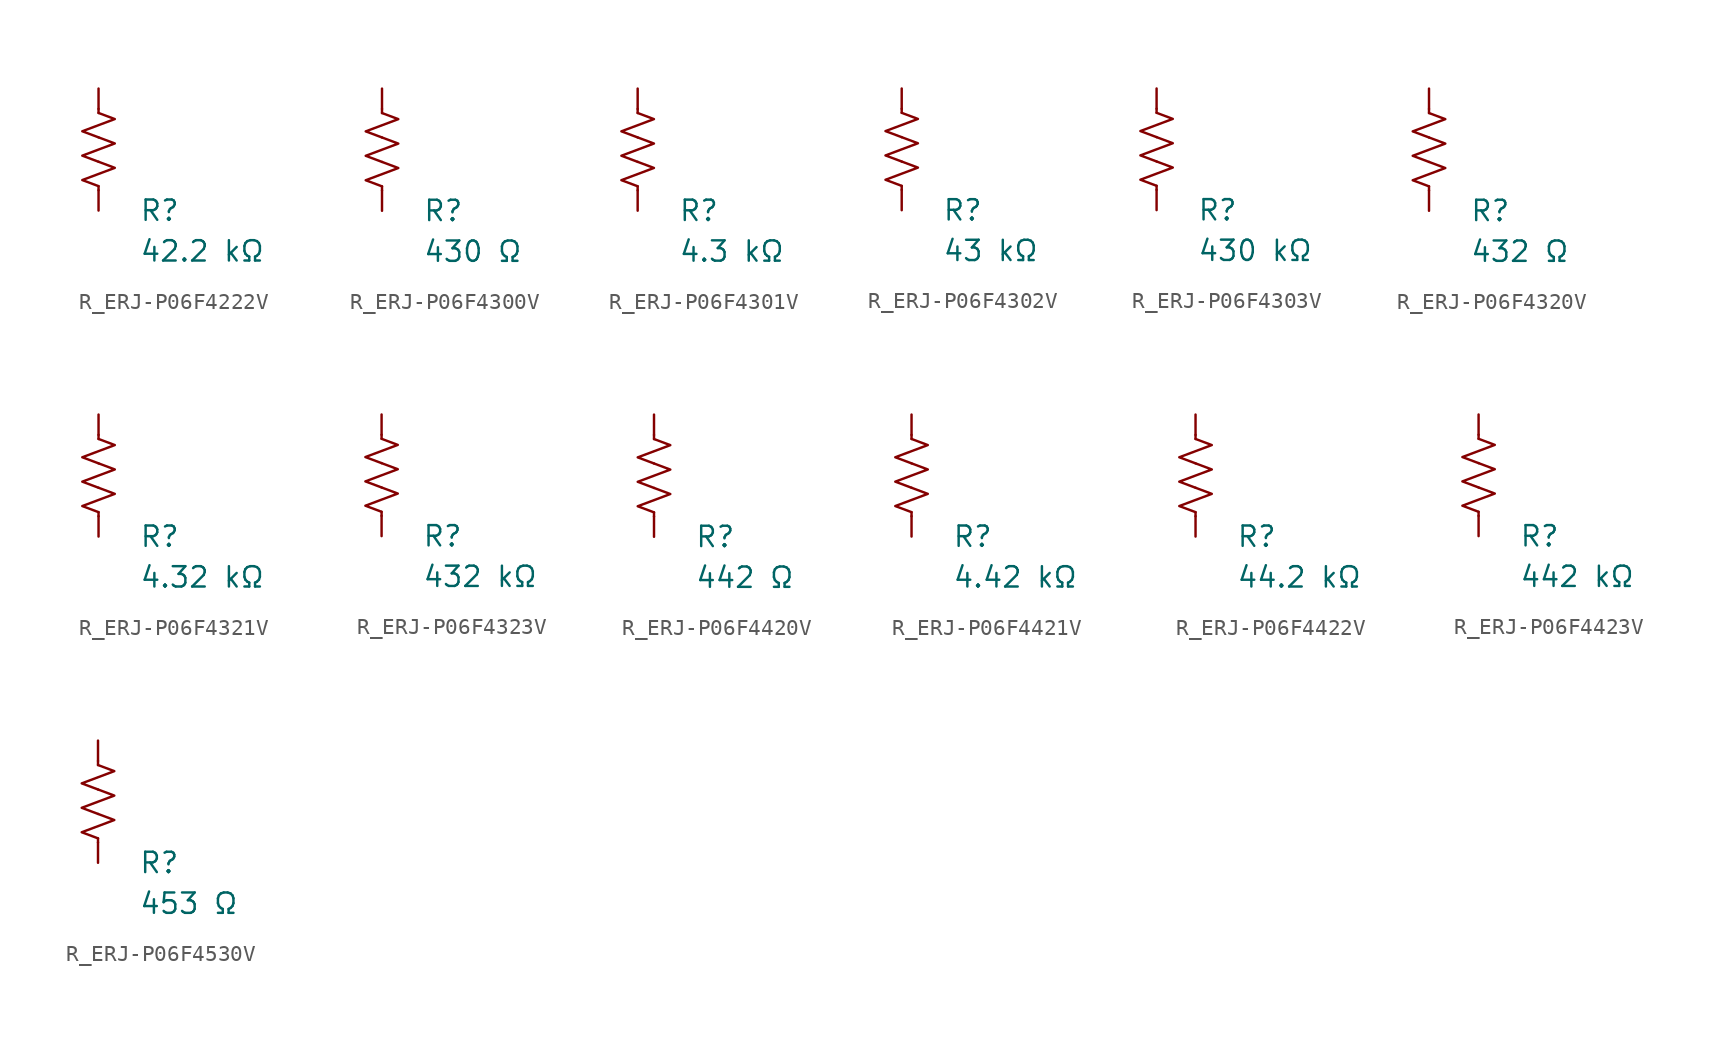
<source format=kicad_sym>
(kicad_symbol_lib
  (version 20231120)
  (generator "kicad_symbol_editor")
  (generator_version "8.0")
  (symbol "R_ERJ-P06F4222V"
    (pin_numbers hide)
    (pin_names
      (offset 0))
    (property "Reference" "R"
      (at 2.54 -3.81 0)
      (effects (font (size 1.27 1.27)) (justify left))
      (show_name no))
    (property "Value" "42.2 kΩ"
      (at 2.54 -6.35 0)
      (effects (font (size 1.27 1.27)) (justify left))
      (show_name no))
    (symbol "R_ERJ-P06F4222V_0_1"
      (polyline (pts (xy 0 -2.286) (xy 0 -2.54)) (stroke (width 0) (type default)) (fill (type none)))
      (polyline (pts (xy 0 2.286) (xy 0 2.54)) (stroke (width 0) (type default)) (fill (type none)))
      (polyline (pts (xy 0 -0.762) (xy 1.016 -1.143) (xy 0 -1.524) (xy -1.016 -1.905) (xy 0 -2.286)) (stroke (width 0) (type default)) (fill (type none)))
      (polyline (pts (xy 0 0.762) (xy 1.016 0.381) (xy 0 0) (xy -1.016 -0.381) (xy 0 -0.762)) (stroke (width 0) (type default)) (fill (type none)))
      (polyline (pts (xy 0 2.286) (xy 1.016 1.905) (xy 0 1.524) (xy -1.016 1.143) (xy 0 0.762)) (stroke (width 0) (type default)) (fill (type none))))
    (symbol "R_ERJ-P06F4222V_1_1"
      (pin passive line (at 0 3.81 270) (length 1.27) (name "~" (effects (font (size 1.27 1.27)))) (number "1" (effects (font (size 1.27 1.27)))))
      (pin passive line (at 0 -3.81 90) (length 1.27) (name "~" (effects (font (size 1.27 1.27)))) (number "2" (effects (font (size 1.27 1.27)))))))
  (symbol "R_ERJ-P06F4300V"
    (pin_numbers hide)
    (pin_names
      (offset 0))
    (property "Reference" "R"
      (at 2.54 -3.81 0)
      (effects (font (size 1.27 1.27)) (justify left))
      (show_name no))
    (property "Value" "430 Ω"
      (at 2.54 -6.35 0)
      (effects (font (size 1.27 1.27)) (justify left))
      (show_name no))
    (symbol "R_ERJ-P06F4300V_0_1"
      (polyline (pts (xy 0 -2.286) (xy 0 -2.54)) (stroke (width 0) (type default)) (fill (type none)))
      (polyline (pts (xy 0 2.286) (xy 0 2.54)) (stroke (width 0) (type default)) (fill (type none)))
      (polyline (pts (xy 0 -0.762) (xy 1.016 -1.143) (xy 0 -1.524) (xy -1.016 -1.905) (xy 0 -2.286)) (stroke (width 0) (type default)) (fill (type none)))
      (polyline (pts (xy 0 0.762) (xy 1.016 0.381) (xy 0 0) (xy -1.016 -0.381) (xy 0 -0.762)) (stroke (width 0) (type default)) (fill (type none)))
      (polyline (pts (xy 0 2.286) (xy 1.016 1.905) (xy 0 1.524) (xy -1.016 1.143) (xy 0 0.762)) (stroke (width 0) (type default)) (fill (type none))))
    (symbol "R_ERJ-P06F4300V_1_1"
      (pin passive line (at 0 3.81 270) (length 1.27) (name "~" (effects (font (size 1.27 1.27)))) (number "1" (effects (font (size 1.27 1.27)))))
      (pin passive line (at 0 -3.81 90) (length 1.27) (name "~" (effects (font (size 1.27 1.27)))) (number "2" (effects (font (size 1.27 1.27)))))))
  (symbol "R_ERJ-P06F4301V"
    (pin_numbers hide)
    (pin_names
      (offset 0))
    (property "Reference" "R"
      (at 2.54 -3.81 0)
      (effects (font (size 1.27 1.27)) (justify left))
      (show_name no))
    (property "Value" "4.3 kΩ"
      (at 2.54 -6.35 0)
      (effects (font (size 1.27 1.27)) (justify left))
      (show_name no))
    (symbol "R_ERJ-P06F4301V_0_1"
      (polyline (pts (xy 0 -2.286) (xy 0 -2.54)) (stroke (width 0) (type default)) (fill (type none)))
      (polyline (pts (xy 0 2.286) (xy 0 2.54)) (stroke (width 0) (type default)) (fill (type none)))
      (polyline (pts (xy 0 -0.762) (xy 1.016 -1.143) (xy 0 -1.524) (xy -1.016 -1.905) (xy 0 -2.286)) (stroke (width 0) (type default)) (fill (type none)))
      (polyline (pts (xy 0 0.762) (xy 1.016 0.381) (xy 0 0) (xy -1.016 -0.381) (xy 0 -0.762)) (stroke (width 0) (type default)) (fill (type none)))
      (polyline (pts (xy 0 2.286) (xy 1.016 1.905) (xy 0 1.524) (xy -1.016 1.143) (xy 0 0.762)) (stroke (width 0) (type default)) (fill (type none))))
    (symbol "R_ERJ-P06F4301V_1_1"
      (pin passive line (at 0 3.81 270) (length 1.27) (name "~" (effects (font (size 1.27 1.27)))) (number "1" (effects (font (size 1.27 1.27)))))
      (pin passive line (at 0 -3.81 90) (length 1.27) (name "~" (effects (font (size 1.27 1.27)))) (number "2" (effects (font (size 1.27 1.27)))))))
  (symbol "R_ERJ-P06F4302V"
    (pin_numbers hide)
    (pin_names
      (offset 0))
    (property "Reference" "R"
      (at 2.54 -3.81 0)
      (effects (font (size 1.27 1.27)) (justify left))
      (show_name no))
    (property "Value" "43 kΩ"
      (at 2.54 -6.35 0)
      (effects (font (size 1.27 1.27)) (justify left))
      (show_name no))
    (symbol "R_ERJ-P06F4302V_0_1"
      (polyline (pts (xy 0 -2.286) (xy 0 -2.54)) (stroke (width 0) (type default)) (fill (type none)))
      (polyline (pts (xy 0 2.286) (xy 0 2.54)) (stroke (width 0) (type default)) (fill (type none)))
      (polyline (pts (xy 0 -0.762) (xy 1.016 -1.143) (xy 0 -1.524) (xy -1.016 -1.905) (xy 0 -2.286)) (stroke (width 0) (type default)) (fill (type none)))
      (polyline (pts (xy 0 0.762) (xy 1.016 0.381) (xy 0 0) (xy -1.016 -0.381) (xy 0 -0.762)) (stroke (width 0) (type default)) (fill (type none)))
      (polyline (pts (xy 0 2.286) (xy 1.016 1.905) (xy 0 1.524) (xy -1.016 1.143) (xy 0 0.762)) (stroke (width 0) (type default)) (fill (type none))))
    (symbol "R_ERJ-P06F4302V_1_1"
      (pin passive line (at 0 3.81 270) (length 1.27) (name "~" (effects (font (size 1.27 1.27)))) (number "1" (effects (font (size 1.27 1.27)))))
      (pin passive line (at 0 -3.81 90) (length 1.27) (name "~" (effects (font (size 1.27 1.27)))) (number "2" (effects (font (size 1.27 1.27)))))))
  (symbol "R_ERJ-P06F4303V"
    (pin_numbers hide)
    (pin_names
      (offset 0))
    (property "Reference" "R"
      (at 2.54 -3.81 0)
      (effects (font (size 1.27 1.27)) (justify left))
      (show_name no))
    (property "Value" "430 kΩ"
      (at 2.54 -6.35 0)
      (effects (font (size 1.27 1.27)) (justify left))
      (show_name no))
    (symbol "R_ERJ-P06F4303V_0_1"
      (polyline (pts (xy 0 -2.286) (xy 0 -2.54)) (stroke (width 0) (type default)) (fill (type none)))
      (polyline (pts (xy 0 2.286) (xy 0 2.54)) (stroke (width 0) (type default)) (fill (type none)))
      (polyline (pts (xy 0 -0.762) (xy 1.016 -1.143) (xy 0 -1.524) (xy -1.016 -1.905) (xy 0 -2.286)) (stroke (width 0) (type default)) (fill (type none)))
      (polyline (pts (xy 0 0.762) (xy 1.016 0.381) (xy 0 0) (xy -1.016 -0.381) (xy 0 -0.762)) (stroke (width 0) (type default)) (fill (type none)))
      (polyline (pts (xy 0 2.286) (xy 1.016 1.905) (xy 0 1.524) (xy -1.016 1.143) (xy 0 0.762)) (stroke (width 0) (type default)) (fill (type none))))
    (symbol "R_ERJ-P06F4303V_1_1"
      (pin passive line (at 0 3.81 270) (length 1.27) (name "~" (effects (font (size 1.27 1.27)))) (number "1" (effects (font (size 1.27 1.27)))))
      (pin passive line (at 0 -3.81 90) (length 1.27) (name "~" (effects (font (size 1.27 1.27)))) (number "2" (effects (font (size 1.27 1.27)))))))
  (symbol "R_ERJ-P06F4320V"
    (pin_numbers hide)
    (pin_names
      (offset 0))
    (property "Reference" "R"
      (at 2.54 -3.81 0)
      (effects (font (size 1.27 1.27)) (justify left))
      (show_name no))
    (property "Value" "432 Ω"
      (at 2.54 -6.35 0)
      (effects (font (size 1.27 1.27)) (justify left))
      (show_name no))
    (symbol "R_ERJ-P06F4320V_0_1"
      (polyline (pts (xy 0 -2.286) (xy 0 -2.54)) (stroke (width 0) (type default)) (fill (type none)))
      (polyline (pts (xy 0 2.286) (xy 0 2.54)) (stroke (width 0) (type default)) (fill (type none)))
      (polyline (pts (xy 0 -0.762) (xy 1.016 -1.143) (xy 0 -1.524) (xy -1.016 -1.905) (xy 0 -2.286)) (stroke (width 0) (type default)) (fill (type none)))
      (polyline (pts (xy 0 0.762) (xy 1.016 0.381) (xy 0 0) (xy -1.016 -0.381) (xy 0 -0.762)) (stroke (width 0) (type default)) (fill (type none)))
      (polyline (pts (xy 0 2.286) (xy 1.016 1.905) (xy 0 1.524) (xy -1.016 1.143) (xy 0 0.762)) (stroke (width 0) (type default)) (fill (type none))))
    (symbol "R_ERJ-P06F4320V_1_1"
      (pin passive line (at 0 3.81 270) (length 1.27) (name "~" (effects (font (size 1.27 1.27)))) (number "1" (effects (font (size 1.27 1.27)))))
      (pin passive line (at 0 -3.81 90) (length 1.27) (name "~" (effects (font (size 1.27 1.27)))) (number "2" (effects (font (size 1.27 1.27)))))))
  (symbol "R_ERJ-P06F4321V"
    (pin_numbers hide)
    (pin_names
      (offset 0))
    (property "Reference" "R"
      (at 2.54 -3.81 0)
      (effects (font (size 1.27 1.27)) (justify left))
      (show_name no))
    (property "Value" "4.32 kΩ"
      (at 2.54 -6.35 0)
      (effects (font (size 1.27 1.27)) (justify left))
      (show_name no))
    (symbol "R_ERJ-P06F4321V_0_1"
      (polyline (pts (xy 0 -2.286) (xy 0 -2.54)) (stroke (width 0) (type default)) (fill (type none)))
      (polyline (pts (xy 0 2.286) (xy 0 2.54)) (stroke (width 0) (type default)) (fill (type none)))
      (polyline (pts (xy 0 -0.762) (xy 1.016 -1.143) (xy 0 -1.524) (xy -1.016 -1.905) (xy 0 -2.286)) (stroke (width 0) (type default)) (fill (type none)))
      (polyline (pts (xy 0 0.762) (xy 1.016 0.381) (xy 0 0) (xy -1.016 -0.381) (xy 0 -0.762)) (stroke (width 0) (type default)) (fill (type none)))
      (polyline (pts (xy 0 2.286) (xy 1.016 1.905) (xy 0 1.524) (xy -1.016 1.143) (xy 0 0.762)) (stroke (width 0) (type default)) (fill (type none))))
    (symbol "R_ERJ-P06F4321V_1_1"
      (pin passive line (at 0 3.81 270) (length 1.27) (name "~" (effects (font (size 1.27 1.27)))) (number "1" (effects (font (size 1.27 1.27)))))
      (pin passive line (at 0 -3.81 90) (length 1.27) (name "~" (effects (font (size 1.27 1.27)))) (number "2" (effects (font (size 1.27 1.27)))))))
  (symbol "R_ERJ-P06F4323V"
    (pin_numbers hide)
    (pin_names
      (offset 0))
    (property "Reference" "R"
      (at 2.54 -3.81 0)
      (effects (font (size 1.27 1.27)) (justify left))
      (show_name no))
    (property "Value" "432 kΩ"
      (at 2.54 -6.35 0)
      (effects (font (size 1.27 1.27)) (justify left))
      (show_name no))
    (symbol "R_ERJ-P06F4323V_0_1"
      (polyline (pts (xy 0 -2.286) (xy 0 -2.54)) (stroke (width 0) (type default)) (fill (type none)))
      (polyline (pts (xy 0 2.286) (xy 0 2.54)) (stroke (width 0) (type default)) (fill (type none)))
      (polyline (pts (xy 0 -0.762) (xy 1.016 -1.143) (xy 0 -1.524) (xy -1.016 -1.905) (xy 0 -2.286)) (stroke (width 0) (type default)) (fill (type none)))
      (polyline (pts (xy 0 0.762) (xy 1.016 0.381) (xy 0 0) (xy -1.016 -0.381) (xy 0 -0.762)) (stroke (width 0) (type default)) (fill (type none)))
      (polyline (pts (xy 0 2.286) (xy 1.016 1.905) (xy 0 1.524) (xy -1.016 1.143) (xy 0 0.762)) (stroke (width 0) (type default)) (fill (type none))))
    (symbol "R_ERJ-P06F4323V_1_1"
      (pin passive line (at 0 3.81 270) (length 1.27) (name "~" (effects (font (size 1.27 1.27)))) (number "1" (effects (font (size 1.27 1.27)))))
      (pin passive line (at 0 -3.81 90) (length 1.27) (name "~" (effects (font (size 1.27 1.27)))) (number "2" (effects (font (size 1.27 1.27)))))))
  (symbol "R_ERJ-P06F4420V"
    (pin_numbers hide)
    (pin_names
      (offset 0))
    (property "Reference" "R"
      (at 2.54 -3.81 0)
      (effects (font (size 1.27 1.27)) (justify left))
      (show_name no))
    (property "Value" "442 Ω"
      (at 2.54 -6.35 0)
      (effects (font (size 1.27 1.27)) (justify left))
      (show_name no))
    (symbol "R_ERJ-P06F4420V_0_1"
      (polyline (pts (xy 0 -2.286) (xy 0 -2.54)) (stroke (width 0) (type default)) (fill (type none)))
      (polyline (pts (xy 0 2.286) (xy 0 2.54)) (stroke (width 0) (type default)) (fill (type none)))
      (polyline (pts (xy 0 -0.762) (xy 1.016 -1.143) (xy 0 -1.524) (xy -1.016 -1.905) (xy 0 -2.286)) (stroke (width 0) (type default)) (fill (type none)))
      (polyline (pts (xy 0 0.762) (xy 1.016 0.381) (xy 0 0) (xy -1.016 -0.381) (xy 0 -0.762)) (stroke (width 0) (type default)) (fill (type none)))
      (polyline (pts (xy 0 2.286) (xy 1.016 1.905) (xy 0 1.524) (xy -1.016 1.143) (xy 0 0.762)) (stroke (width 0) (type default)) (fill (type none))))
    (symbol "R_ERJ-P06F4420V_1_1"
      (pin passive line (at 0 3.81 270) (length 1.27) (name "~" (effects (font (size 1.27 1.27)))) (number "1" (effects (font (size 1.27 1.27)))))
      (pin passive line (at 0 -3.81 90) (length 1.27) (name "~" (effects (font (size 1.27 1.27)))) (number "2" (effects (font (size 1.27 1.27)))))))
  (symbol "R_ERJ-P06F4421V"
    (pin_numbers hide)
    (pin_names
      (offset 0))
    (property "Reference" "R"
      (at 2.54 -3.81 0)
      (effects (font (size 1.27 1.27)) (justify left))
      (show_name no))
    (property "Value" "4.42 kΩ"
      (at 2.54 -6.35 0)
      (effects (font (size 1.27 1.27)) (justify left))
      (show_name no))
    (symbol "R_ERJ-P06F4421V_0_1"
      (polyline (pts (xy 0 -2.286) (xy 0 -2.54)) (stroke (width 0) (type default)) (fill (type none)))
      (polyline (pts (xy 0 2.286) (xy 0 2.54)) (stroke (width 0) (type default)) (fill (type none)))
      (polyline (pts (xy 0 -0.762) (xy 1.016 -1.143) (xy 0 -1.524) (xy -1.016 -1.905) (xy 0 -2.286)) (stroke (width 0) (type default)) (fill (type none)))
      (polyline (pts (xy 0 0.762) (xy 1.016 0.381) (xy 0 0) (xy -1.016 -0.381) (xy 0 -0.762)) (stroke (width 0) (type default)) (fill (type none)))
      (polyline (pts (xy 0 2.286) (xy 1.016 1.905) (xy 0 1.524) (xy -1.016 1.143) (xy 0 0.762)) (stroke (width 0) (type default)) (fill (type none))))
    (symbol "R_ERJ-P06F4421V_1_1"
      (pin passive line (at 0 3.81 270) (length 1.27) (name "~" (effects (font (size 1.27 1.27)))) (number "1" (effects (font (size 1.27 1.27)))))
      (pin passive line (at 0 -3.81 90) (length 1.27) (name "~" (effects (font (size 1.27 1.27)))) (number "2" (effects (font (size 1.27 1.27)))))))
  (symbol "R_ERJ-P06F4422V"
    (pin_numbers hide)
    (pin_names
      (offset 0))
    (property "Reference" "R"
      (at 2.54 -3.81 0)
      (effects (font (size 1.27 1.27)) (justify left))
      (show_name no))
    (property "Value" "44.2 kΩ"
      (at 2.54 -6.35 0)
      (effects (font (size 1.27 1.27)) (justify left))
      (show_name no))
    (symbol "R_ERJ-P06F4422V_0_1"
      (polyline (pts (xy 0 -2.286) (xy 0 -2.54)) (stroke (width 0) (type default)) (fill (type none)))
      (polyline (pts (xy 0 2.286) (xy 0 2.54)) (stroke (width 0) (type default)) (fill (type none)))
      (polyline (pts (xy 0 -0.762) (xy 1.016 -1.143) (xy 0 -1.524) (xy -1.016 -1.905) (xy 0 -2.286)) (stroke (width 0) (type default)) (fill (type none)))
      (polyline (pts (xy 0 0.762) (xy 1.016 0.381) (xy 0 0) (xy -1.016 -0.381) (xy 0 -0.762)) (stroke (width 0) (type default)) (fill (type none)))
      (polyline (pts (xy 0 2.286) (xy 1.016 1.905) (xy 0 1.524) (xy -1.016 1.143) (xy 0 0.762)) (stroke (width 0) (type default)) (fill (type none))))
    (symbol "R_ERJ-P06F4422V_1_1"
      (pin passive line (at 0 3.81 270) (length 1.27) (name "~" (effects (font (size 1.27 1.27)))) (number "1" (effects (font (size 1.27 1.27)))))
      (pin passive line (at 0 -3.81 90) (length 1.27) (name "~" (effects (font (size 1.27 1.27)))) (number "2" (effects (font (size 1.27 1.27)))))))
  (symbol "R_ERJ-P06F4423V"
    (pin_numbers hide)
    (pin_names
      (offset 0))
    (property "Reference" "R"
      (at 2.54 -3.81 0)
      (effects (font (size 1.27 1.27)) (justify left))
      (show_name no))
    (property "Value" "442 kΩ"
      (at 2.54 -6.35 0)
      (effects (font (size 1.27 1.27)) (justify left))
      (show_name no))
    (symbol "R_ERJ-P06F4423V_0_1"
      (polyline (pts (xy 0 -2.286) (xy 0 -2.54)) (stroke (width 0) (type default)) (fill (type none)))
      (polyline (pts (xy 0 2.286) (xy 0 2.54)) (stroke (width 0) (type default)) (fill (type none)))
      (polyline (pts (xy 0 -0.762) (xy 1.016 -1.143) (xy 0 -1.524) (xy -1.016 -1.905) (xy 0 -2.286)) (stroke (width 0) (type default)) (fill (type none)))
      (polyline (pts (xy 0 0.762) (xy 1.016 0.381) (xy 0 0) (xy -1.016 -0.381) (xy 0 -0.762)) (stroke (width 0) (type default)) (fill (type none)))
      (polyline (pts (xy 0 2.286) (xy 1.016 1.905) (xy 0 1.524) (xy -1.016 1.143) (xy 0 0.762)) (stroke (width 0) (type default)) (fill (type none))))
    (symbol "R_ERJ-P06F4423V_1_1"
      (pin passive line (at 0 3.81 270) (length 1.27) (name "~" (effects (font (size 1.27 1.27)))) (number "1" (effects (font (size 1.27 1.27)))))
      (pin passive line (at 0 -3.81 90) (length 1.27) (name "~" (effects (font (size 1.27 1.27)))) (number "2" (effects (font (size 1.27 1.27)))))))
  (symbol "R_ERJ-P06F4530V"
    (pin_numbers hide)
    (pin_names
      (offset 0))
    (property "Reference" "R"
      (at 2.54 -3.81 0)
      (effects (font (size 1.27 1.27)) (justify left))
      (show_name no))
    (property "Value" "453 Ω"
      (at 2.54 -6.35 0)
      (effects (font (size 1.27 1.27)) (justify left))
      (show_name no))
    (symbol "R_ERJ-P06F4530V_0_1"
      (polyline (pts (xy 0 -2.286) (xy 0 -2.54)) (stroke (width 0) (type default)) (fill (type none)))
      (polyline (pts (xy 0 2.286) (xy 0 2.54)) (stroke (width 0) (type default)) (fill (type none)))
      (polyline (pts (xy 0 -0.762) (xy 1.016 -1.143) (xy 0 -1.524) (xy -1.016 -1.905) (xy 0 -2.286)) (stroke (width 0) (type default)) (fill (type none)))
      (polyline (pts (xy 0 0.762) (xy 1.016 0.381) (xy 0 0) (xy -1.016 -0.381) (xy 0 -0.762)) (stroke (width 0) (type default)) (fill (type none)))
      (polyline (pts (xy 0 2.286) (xy 1.016 1.905) (xy 0 1.524) (xy -1.016 1.143) (xy 0 0.762)) (stroke (width 0) (type default)) (fill (type none))))
    (symbol "R_ERJ-P06F4530V_1_1"
      (pin passive line (at 0 3.81 270) (length 1.27) (name "~" (effects (font (size 1.27 1.27)))) (number "1" (effects (font (size 1.27 1.27)))))
      (pin passive line (at 0 -3.81 90) (length 1.27) (name "~" (effects (font (size 1.27 1.27)))) (number "2" (effects (font (size 1.27 1.27))))))))
</source>
